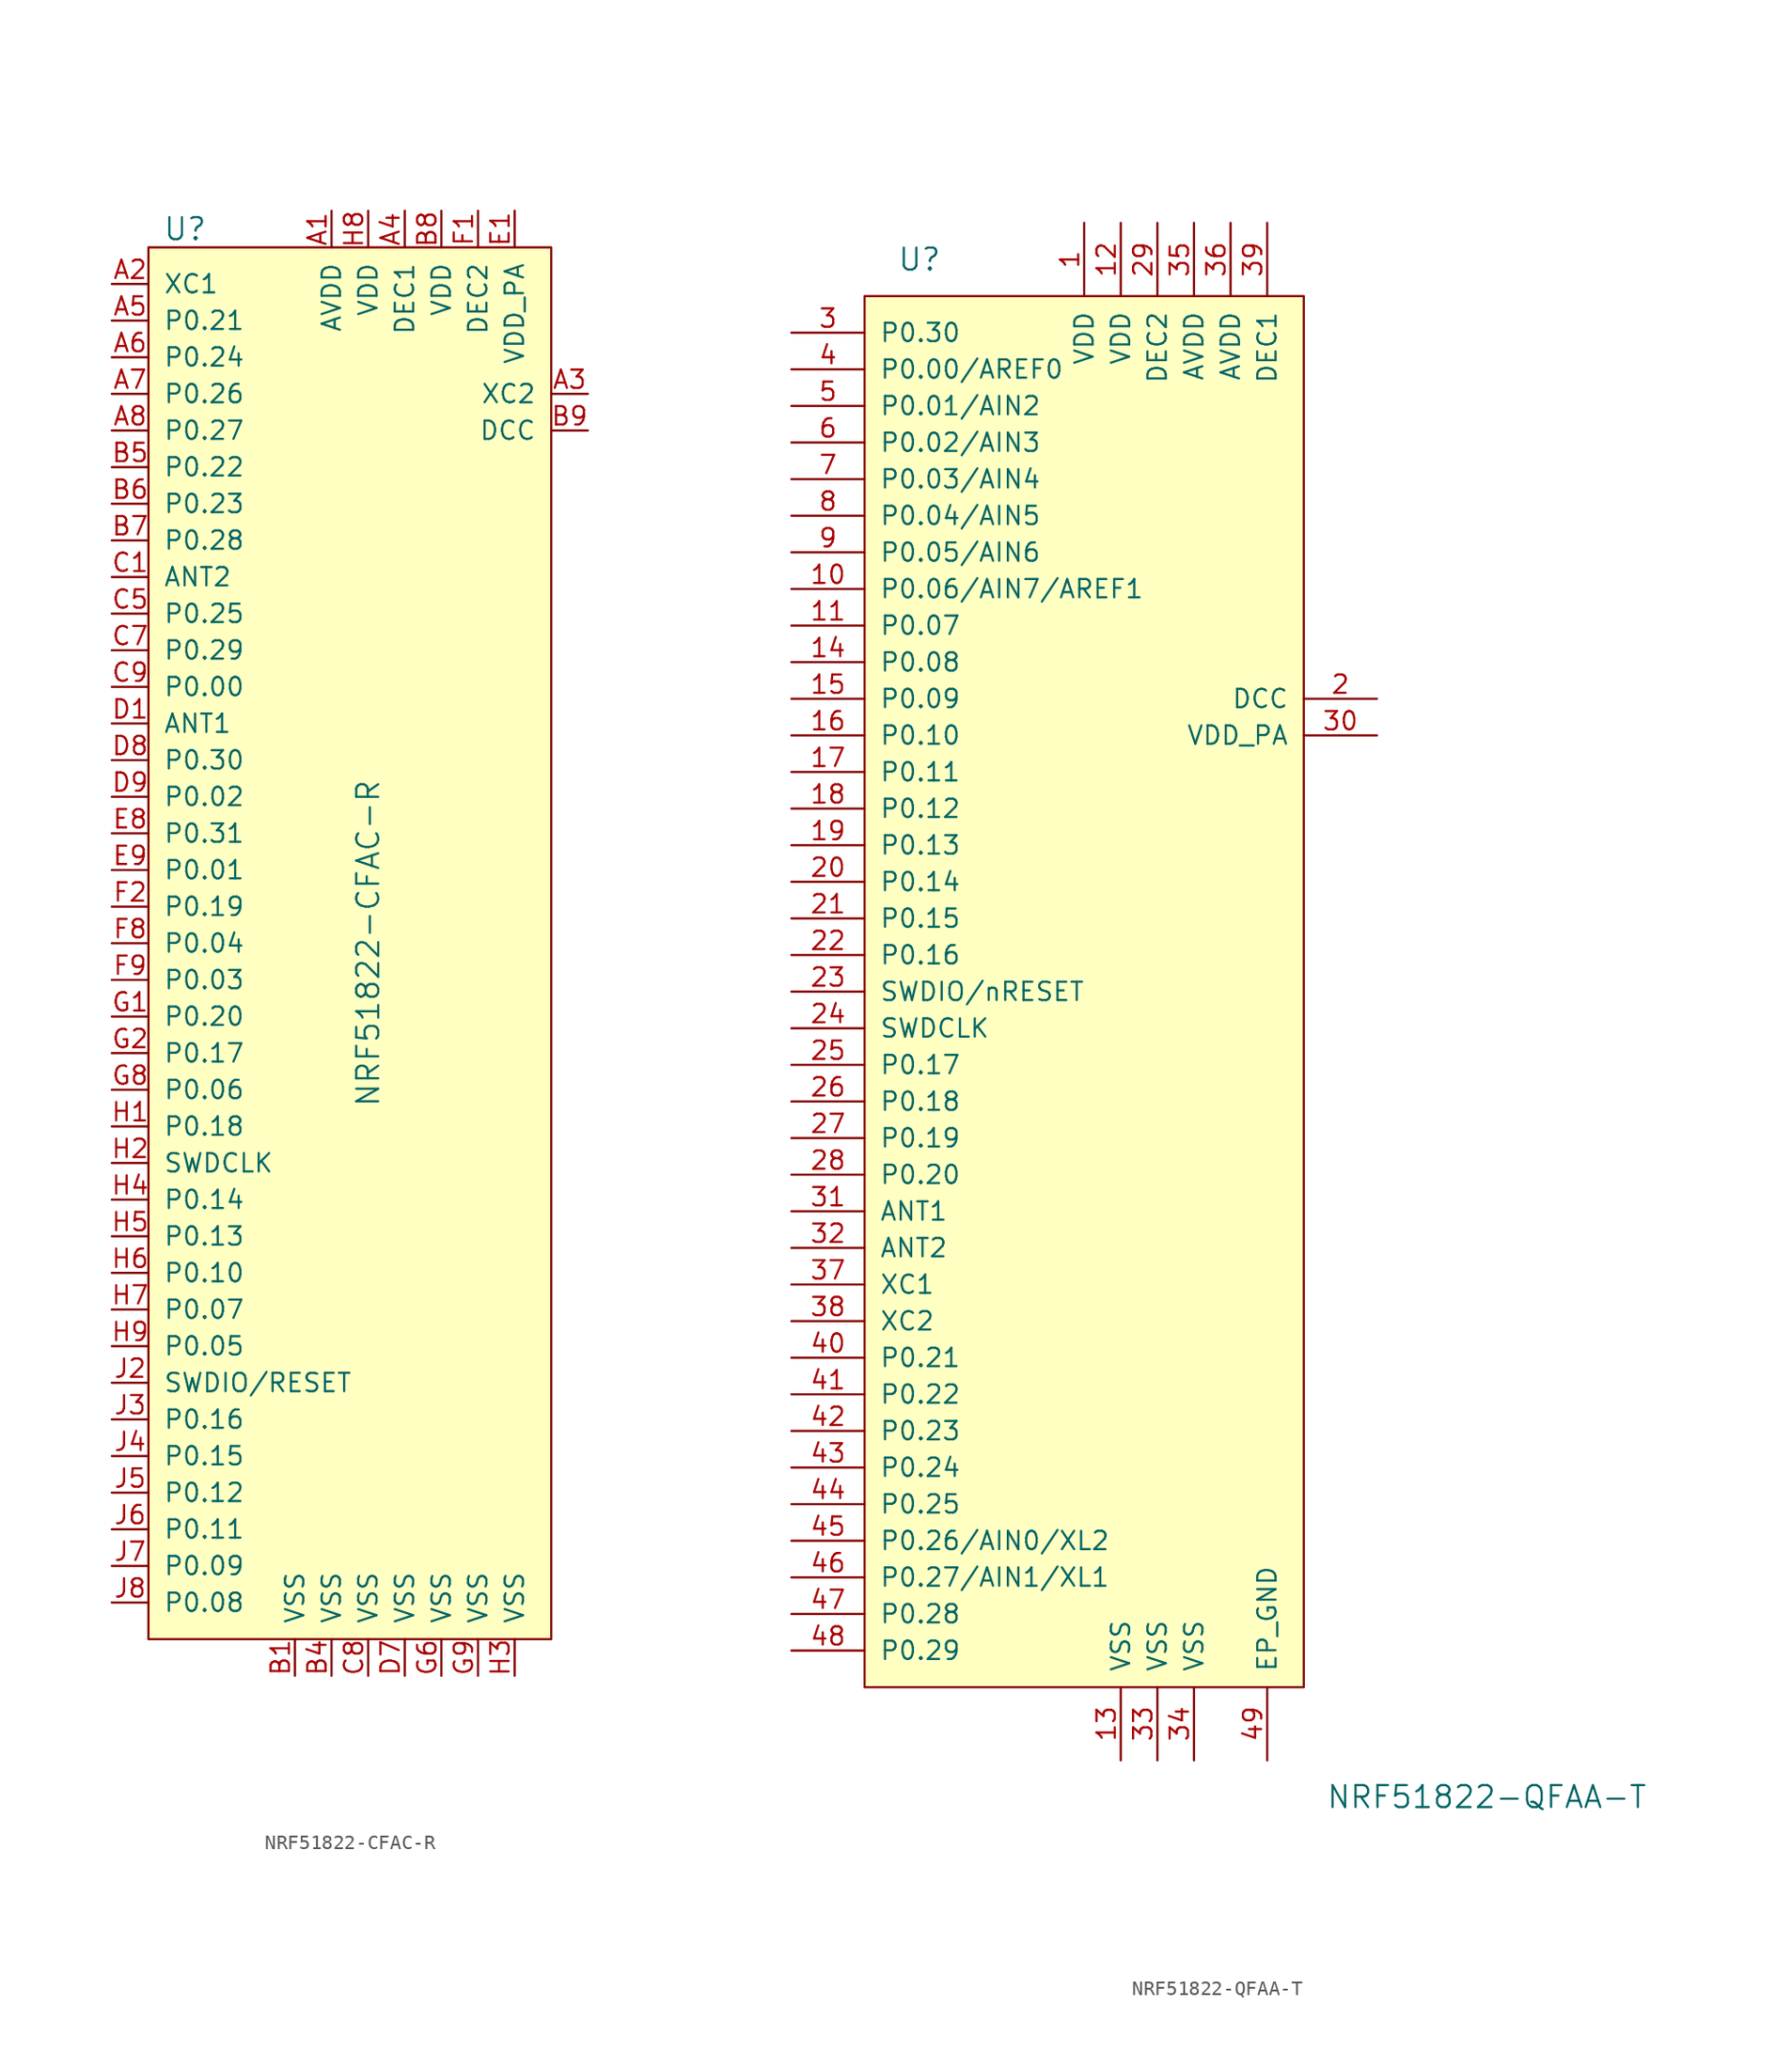
<source format=kicad_sym>
(kicad_symbol_lib
  (version 20211014)
  (generator kicad_symbol_editor)
  (symbol "NRF51822-CFAC-R"
    (pin_names
      (offset 1.016))
    (property "Reference" "U"
      (at -7.62 19.05 0)
      (effects (font (size 1.524 1.524))))
    (property "Value" "NRF51822-CFAC-R"
      (at 5.08 -30.48 90)
      (effects (font (size 1.524 1.524))))
    (symbol "NRF51822-CFAC-R_0_1"
      (rectangle (start -10.16 17.78) (end 17.78 -78.74) (stroke (width 0) (type default) (color 0 0 0 0)) (fill (type background))))
    (symbol "NRF51822-CFAC-R_1_1"
      (pin power_in line (at 2.54 20.32 270) (length 2.54) (name "AVDD" (effects (font (size 1.27 1.27)))) (number "A1" (effects (font (size 1.27 1.27)))))
      (pin input line (at -12.7 15.24 0) (length 2.54) (name "XC1" (effects (font (size 1.27 1.27)))) (number "A2" (effects (font (size 1.27 1.27)))))
      (pin output line (at 20.32 7.62 180) (length 2.54) (name "XC2" (effects (font (size 1.27 1.27)))) (number "A3" (effects (font (size 1.27 1.27)))))
      (pin power_in line (at 7.62 20.32 270) (length 2.54) (name "DEC1" (effects (font (size 1.27 1.27)))) (number "A4" (effects (font (size 1.27 1.27)))))
      (pin bidirectional line (at -12.7 12.7 0) (length 2.54) (name "P0.21" (effects (font (size 1.27 1.27)))) (number "A5" (effects (font (size 1.27 1.27)))))
      (pin bidirectional line (at -12.7 10.16 0) (length 2.54) (name "P0.24" (effects (font (size 1.27 1.27)))) (number "A6" (effects (font (size 1.27 1.27)))))
      (pin bidirectional line (at -12.7 7.62 0) (length 2.54) (name "P0.26" (effects (font (size 1.27 1.27)))) (number "A7" (effects (font (size 1.27 1.27)))))
      (pin bidirectional line (at -12.7 5.08 0) (length 2.54) (name "P0.27" (effects (font (size 1.27 1.27)))) (number "A8" (effects (font (size 1.27 1.27)))))
      (pin power_in line (at 0 -81.28 90) (length 2.54) (name "VSS" (effects (font (size 1.27 1.27)))) (number "B1" (effects (font (size 1.27 1.27)))))
      (pin power_in line (at 2.54 -81.28 90) (length 2.54) (name "VSS" (effects (font (size 1.27 1.27)))) (number "B4" (effects (font (size 1.27 1.27)))))
      (pin bidirectional line (at -12.7 2.54 0) (length 2.54) (name "P0.22" (effects (font (size 1.27 1.27)))) (number "B5" (effects (font (size 1.27 1.27)))))
      (pin bidirectional line (at -12.7 0 0) (length 2.54) (name "P0.23" (effects (font (size 1.27 1.27)))) (number "B6" (effects (font (size 1.27 1.27)))))
      (pin bidirectional line (at -12.7 -2.54 0) (length 2.54) (name "P0.28" (effects (font (size 1.27 1.27)))) (number "B7" (effects (font (size 1.27 1.27)))))
      (pin power_in line (at 10.16 20.32 270) (length 2.54) (name "VDD" (effects (font (size 1.27 1.27)))) (number "B8" (effects (font (size 1.27 1.27)))))
      (pin power_out line (at 20.32 5.08 180) (length 2.54) (name "DCC" (effects (font (size 1.27 1.27)))) (number "B9" (effects (font (size 1.27 1.27)))))
      (pin input line (at -12.7 -5.08 0) (length 2.54) (name "ANT2" (effects (font (size 1.27 1.27)))) (number "C1" (effects (font (size 1.27 1.27)))))
      (pin bidirectional line (at -12.7 -7.62 0) (length 2.54) (name "P0.25" (effects (font (size 1.27 1.27)))) (number "C5" (effects (font (size 1.27 1.27)))))
      (pin no_connect line (at 17.78 2.54 180) (length 2.54) hide (name "NC" (effects (font (size 1.27 1.27)))) (number "C6" (effects (font (size 1.27 1.27)))))
      (pin bidirectional line (at -12.7 -10.16 0) (length 2.54) (name "P0.29" (effects (font (size 1.27 1.27)))) (number "C7" (effects (font (size 1.27 1.27)))))
      (pin power_in line (at 5.08 -81.28 90) (length 2.54) (name "VSS" (effects (font (size 1.27 1.27)))) (number "C8" (effects (font (size 1.27 1.27)))))
      (pin bidirectional line (at -12.7 -12.7 0) (length 2.54) (name "P0.00" (effects (font (size 1.27 1.27)))) (number "C9" (effects (font (size 1.27 1.27)))))
      (pin input line (at -12.7 -15.24 0) (length 2.54) (name "ANT1" (effects (font (size 1.27 1.27)))) (number "D1" (effects (font (size 1.27 1.27)))))
      (pin power_in line (at 7.62 -81.28 90) (length 2.54) (name "VSS" (effects (font (size 1.27 1.27)))) (number "D7" (effects (font (size 1.27 1.27)))))
      (pin bidirectional line (at -12.7 -17.78 0) (length 2.54) (name "P0.30" (effects (font (size 1.27 1.27)))) (number "D8" (effects (font (size 1.27 1.27)))))
      (pin bidirectional line (at -12.7 -20.32 0) (length 2.54) (name "P0.02" (effects (font (size 1.27 1.27)))) (number "D9" (effects (font (size 1.27 1.27)))))
      (pin power_in line (at 15.24 20.32 270) (length 2.54) (name "VDD_PA" (effects (font (size 1.27 1.27)))) (number "E1" (effects (font (size 1.27 1.27)))))
      (pin no_connect line (at 17.78 0 180) (length 2.54) hide (name "NC" (effects (font (size 1.27 1.27)))) (number "E2" (effects (font (size 1.27 1.27)))))
      (pin no_connect line (at 17.78 -2.54 180) (length 2.54) hide (name "NC" (effects (font (size 1.27 1.27)))) (number "E3" (effects (font (size 1.27 1.27)))))
      (pin no_connect line (at 17.78 -5.08 180) (length 2.54) hide (name "NC" (effects (font (size 1.27 1.27)))) (number "E7" (effects (font (size 1.27 1.27)))))
      (pin bidirectional line (at -12.7 -22.86 0) (length 2.54) (name "P0.31" (effects (font (size 1.27 1.27)))) (number "E8" (effects (font (size 1.27 1.27)))))
      (pin bidirectional line (at -12.7 -25.4 0) (length 2.54) (name "P0.01" (effects (font (size 1.27 1.27)))) (number "E9" (effects (font (size 1.27 1.27)))))
      (pin power_in line (at 12.7 20.32 270) (length 2.54) (name "DEC2" (effects (font (size 1.27 1.27)))) (number "F1" (effects (font (size 1.27 1.27)))))
      (pin bidirectional line (at -12.7 -27.94 0) (length 2.54) (name "P0.19" (effects (font (size 1.27 1.27)))) (number "F2" (effects (font (size 1.27 1.27)))))
      (pin no_connect line (at 17.78 -7.62 180) (length 2.54) hide (name "NC" (effects (font (size 1.27 1.27)))) (number "F3" (effects (font (size 1.27 1.27)))))
      (pin no_connect line (at 17.78 -10.16 180) (length 2.54) hide (name "NC" (effects (font (size 1.27 1.27)))) (number "F7" (effects (font (size 1.27 1.27)))))
      (pin bidirectional line (at -12.7 -30.48 0) (length 2.54) (name "P0.04" (effects (font (size 1.27 1.27)))) (number "F8" (effects (font (size 1.27 1.27)))))
      (pin bidirectional line (at -12.7 -33.02 0) (length 2.54) (name "P0.03" (effects (font (size 1.27 1.27)))) (number "F9" (effects (font (size 1.27 1.27)))))
      (pin bidirectional line (at -12.7 -35.56 0) (length 2.54) (name "P0.20" (effects (font (size 1.27 1.27)))) (number "G1" (effects (font (size 1.27 1.27)))))
      (pin bidirectional line (at -12.7 -38.1 0) (length 2.54) (name "P0.17" (effects (font (size 1.27 1.27)))) (number "G2" (effects (font (size 1.27 1.27)))))
      (pin no_connect line (at 17.78 -12.7 180) (length 2.54) hide (name "NC" (effects (font (size 1.27 1.27)))) (number "G3" (effects (font (size 1.27 1.27)))))
      (pin no_connect line (at 17.78 -15.24 180) (length 2.54) hide (name "NC" (effects (font (size 1.27 1.27)))) (number "G4" (effects (font (size 1.27 1.27)))))
      (pin no_connect line (at 17.78 -17.78 180) (length 2.54) hide (name "NC" (effects (font (size 1.27 1.27)))) (number "G5" (effects (font (size 1.27 1.27)))))
      (pin power_in line (at 10.16 -81.28 90) (length 2.54) (name "VSS" (effects (font (size 1.27 1.27)))) (number "G6" (effects (font (size 1.27 1.27)))))
      (pin no_connect line (at 17.78 -20.32 180) (length 2.54) hide (name "NC" (effects (font (size 1.27 1.27)))) (number "G7" (effects (font (size 1.27 1.27)))))
      (pin bidirectional line (at -12.7 -40.64 0) (length 2.54) (name "P0.06" (effects (font (size 1.27 1.27)))) (number "G8" (effects (font (size 1.27 1.27)))))
      (pin power_in line (at 12.7 -81.28 90) (length 2.54) (name "VSS" (effects (font (size 1.27 1.27)))) (number "G9" (effects (font (size 1.27 1.27)))))
      (pin bidirectional line (at -12.7 -43.18 0) (length 2.54) (name "P0.18" (effects (font (size 1.27 1.27)))) (number "H1" (effects (font (size 1.27 1.27)))))
      (pin input line (at -12.7 -45.72 0) (length 2.54) (name "SWDCLK" (effects (font (size 1.27 1.27)))) (number "H2" (effects (font (size 1.27 1.27)))))
      (pin power_in line (at 15.24 -81.28 90) (length 2.54) (name "VSS" (effects (font (size 1.27 1.27)))) (number "H3" (effects (font (size 1.27 1.27)))))
      (pin bidirectional line (at -12.7 -48.26 0) (length 2.54) (name "P0.14" (effects (font (size 1.27 1.27)))) (number "H4" (effects (font (size 1.27 1.27)))))
      (pin bidirectional line (at -12.7 -50.8 0) (length 2.54) (name "P0.13" (effects (font (size 1.27 1.27)))) (number "H5" (effects (font (size 1.27 1.27)))))
      (pin bidirectional line (at -12.7 -53.34 0) (length 2.54) (name "P0.10" (effects (font (size 1.27 1.27)))) (number "H6" (effects (font (size 1.27 1.27)))))
      (pin bidirectional line (at -12.7 -55.88 0) (length 2.54) (name "P0.07" (effects (font (size 1.27 1.27)))) (number "H7" (effects (font (size 1.27 1.27)))))
      (pin power_in line (at 5.08 20.32 270) (length 2.54) (name "VDD" (effects (font (size 1.27 1.27)))) (number "H8" (effects (font (size 1.27 1.27)))))
      (pin bidirectional line (at -12.7 -58.42 0) (length 2.54) (name "P0.05" (effects (font (size 1.27 1.27)))) (number "H9" (effects (font (size 1.27 1.27)))))
      (pin bidirectional line (at -12.7 -60.96 0) (length 2.54) (name "SWDIO/RESET" (effects (font (size 1.27 1.27)))) (number "J2" (effects (font (size 1.27 1.27)))))
      (pin bidirectional line (at -12.7 -63.5 0) (length 2.54) (name "P0.16" (effects (font (size 1.27 1.27)))) (number "J3" (effects (font (size 1.27 1.27)))))
      (pin bidirectional line (at -12.7 -66.04 0) (length 2.54) (name "P0.15" (effects (font (size 1.27 1.27)))) (number "J4" (effects (font (size 1.27 1.27)))))
      (pin bidirectional line (at -12.7 -68.58 0) (length 2.54) (name "P0.12" (effects (font (size 1.27 1.27)))) (number "J5" (effects (font (size 1.27 1.27)))))
      (pin bidirectional line (at -12.7 -71.12 0) (length 2.54) (name "P0.11" (effects (font (size 1.27 1.27)))) (number "J6" (effects (font (size 1.27 1.27)))))
      (pin bidirectional line (at -12.7 -73.66 0) (length 2.54) (name "P0.09" (effects (font (size 1.27 1.27)))) (number "J7" (effects (font (size 1.27 1.27)))))
      (pin bidirectional line (at -12.7 -76.2 0) (length 2.54) (name "P0.08" (effects (font (size 1.27 1.27)))) (number "J8" (effects (font (size 1.27 1.27)))))))
  (symbol "NRF51822-QFAA-T"
    (pin_names
      (offset 1.016))
    (property "Reference" "U"
      (at -16.51 45.72 0)
      (effects (font (size 1.524 1.524))))
    (property "Value" "NRF51822-QFAA-T"
      (at 22.86 -60.96 0)
      (effects (font (size 1.524 1.524))))
    (symbol "NRF51822-QFAA-T_0_1"
      (rectangle (start -20.32 43.18) (end 10.16 -53.34) (stroke (width 0) (type default) (color 0 0 0 0)) (fill (type background))))
    (symbol "NRF51822-QFAA-T_1_1"
      (pin power_in line (at -5.08 48.26 270) (length 5.08) (name "VDD" (effects (font (size 1.27 1.27)))) (number "1" (effects (font (size 1.27 1.27)))))
      (pin bidirectional line (at -25.4 22.86 0) (length 5.08) (name "P0.06/AIN7/AREF1" (effects (font (size 1.27 1.27)))) (number "10" (effects (font (size 1.27 1.27)))))
      (pin bidirectional line (at -25.4 20.32 0) (length 5.08) (name "P0.07" (effects (font (size 1.27 1.27)))) (number "11" (effects (font (size 1.27 1.27)))))
      (pin power_in line (at -2.54 48.26 270) (length 5.08) (name "VDD" (effects (font (size 1.27 1.27)))) (number "12" (effects (font (size 1.27 1.27)))))
      (pin power_in line (at -2.54 -58.42 90) (length 5.08) (name "VSS" (effects (font (size 1.27 1.27)))) (number "13" (effects (font (size 1.27 1.27)))))
      (pin bidirectional line (at -25.4 17.78 0) (length 5.08) (name "P0.08" (effects (font (size 1.27 1.27)))) (number "14" (effects (font (size 1.27 1.27)))))
      (pin bidirectional line (at -25.4 15.24 0) (length 5.08) (name "P0.09" (effects (font (size 1.27 1.27)))) (number "15" (effects (font (size 1.27 1.27)))))
      (pin bidirectional line (at -25.4 12.7 0) (length 5.08) (name "P0.10" (effects (font (size 1.27 1.27)))) (number "16" (effects (font (size 1.27 1.27)))))
      (pin bidirectional line (at -25.4 10.16 0) (length 5.08) (name "P0.11" (effects (font (size 1.27 1.27)))) (number "17" (effects (font (size 1.27 1.27)))))
      (pin bidirectional line (at -25.4 7.62 0) (length 5.08) (name "P0.12" (effects (font (size 1.27 1.27)))) (number "18" (effects (font (size 1.27 1.27)))))
      (pin bidirectional line (at -25.4 5.08 0) (length 5.08) (name "P0.13" (effects (font (size 1.27 1.27)))) (number "19" (effects (font (size 1.27 1.27)))))
      (pin power_out line (at 15.24 15.24 180) (length 5.08) (name "DCC" (effects (font (size 1.27 1.27)))) (number "2" (effects (font (size 1.27 1.27)))))
      (pin bidirectional line (at -25.4 2.54 0) (length 5.08) (name "P0.14" (effects (font (size 1.27 1.27)))) (number "20" (effects (font (size 1.27 1.27)))))
      (pin bidirectional line (at -25.4 0 0) (length 5.08) (name "P0.15" (effects (font (size 1.27 1.27)))) (number "21" (effects (font (size 1.27 1.27)))))
      (pin bidirectional line (at -25.4 -2.54 0) (length 5.08) (name "P0.16" (effects (font (size 1.27 1.27)))) (number "22" (effects (font (size 1.27 1.27)))))
      (pin bidirectional line (at -25.4 -5.08 0) (length 5.08) (name "SWDIO/nRESET" (effects (font (size 1.27 1.27)))) (number "23" (effects (font (size 1.27 1.27)))))
      (pin input line (at -25.4 -7.62 0) (length 5.08) (name "SWDCLK" (effects (font (size 1.27 1.27)))) (number "24" (effects (font (size 1.27 1.27)))))
      (pin bidirectional line (at -25.4 -10.16 0) (length 5.08) (name "P0.17" (effects (font (size 1.27 1.27)))) (number "25" (effects (font (size 1.27 1.27)))))
      (pin bidirectional line (at -25.4 -12.7 0) (length 5.08) (name "P0.18" (effects (font (size 1.27 1.27)))) (number "26" (effects (font (size 1.27 1.27)))))
      (pin bidirectional line (at -25.4 -15.24 0) (length 5.08) (name "P0.19" (effects (font (size 1.27 1.27)))) (number "27" (effects (font (size 1.27 1.27)))))
      (pin bidirectional line (at -25.4 -17.78 0) (length 5.08) (name "P0.20" (effects (font (size 1.27 1.27)))) (number "28" (effects (font (size 1.27 1.27)))))
      (pin power_in line (at 0 48.26 270) (length 5.08) (name "DEC2" (effects (font (size 1.27 1.27)))) (number "29" (effects (font (size 1.27 1.27)))))
      (pin bidirectional line (at -25.4 40.64 0) (length 5.08) (name "P0.30" (effects (font (size 1.27 1.27)))) (number "3" (effects (font (size 1.27 1.27)))))
      (pin power_out line (at 15.24 12.7 180) (length 5.08) (name "VDD_PA" (effects (font (size 1.27 1.27)))) (number "30" (effects (font (size 1.27 1.27)))))
      (pin input line (at -25.4 -20.32 0) (length 5.08) (name "ANT1" (effects (font (size 1.27 1.27)))) (number "31" (effects (font (size 1.27 1.27)))))
      (pin input line (at -25.4 -22.86 0) (length 5.08) (name "ANT2" (effects (font (size 1.27 1.27)))) (number "32" (effects (font (size 1.27 1.27)))))
      (pin power_in line (at 0 -58.42 90) (length 5.08) (name "VSS" (effects (font (size 1.27 1.27)))) (number "33" (effects (font (size 1.27 1.27)))))
      (pin power_in line (at 2.54 -58.42 90) (length 5.08) (name "VSS" (effects (font (size 1.27 1.27)))) (number "34" (effects (font (size 1.27 1.27)))))
      (pin power_in line (at 2.54 48.26 270) (length 5.08) (name "AVDD" (effects (font (size 1.27 1.27)))) (number "35" (effects (font (size 1.27 1.27)))))
      (pin power_in line (at 5.08 48.26 270) (length 5.08) (name "AVDD" (effects (font (size 1.27 1.27)))) (number "36" (effects (font (size 1.27 1.27)))))
      (pin input line (at -25.4 -25.4 0) (length 5.08) (name "XC1" (effects (font (size 1.27 1.27)))) (number "37" (effects (font (size 1.27 1.27)))))
      (pin input line (at -25.4 -27.94 0) (length 5.08) (name "XC2" (effects (font (size 1.27 1.27)))) (number "38" (effects (font (size 1.27 1.27)))))
      (pin power_in line (at 7.62 48.26 270) (length 5.08) (name "DEC1" (effects (font (size 1.27 1.27)))) (number "39" (effects (font (size 1.27 1.27)))))
      (pin bidirectional line (at -25.4 38.1 0) (length 5.08) (name "P0.00/AREF0" (effects (font (size 1.27 1.27)))) (number "4" (effects (font (size 1.27 1.27)))))
      (pin bidirectional line (at -25.4 -30.48 0) (length 5.08) (name "P0.21" (effects (font (size 1.27 1.27)))) (number "40" (effects (font (size 1.27 1.27)))))
      (pin bidirectional line (at -25.4 -33.02 0) (length 5.08) (name "P0.22" (effects (font (size 1.27 1.27)))) (number "41" (effects (font (size 1.27 1.27)))))
      (pin bidirectional line (at -25.4 -35.56 0) (length 5.08) (name "P0.23" (effects (font (size 1.27 1.27)))) (number "42" (effects (font (size 1.27 1.27)))))
      (pin bidirectional line (at -25.4 -38.1 0) (length 5.08) (name "P0.24" (effects (font (size 1.27 1.27)))) (number "43" (effects (font (size 1.27 1.27)))))
      (pin bidirectional line (at -25.4 -40.64 0) (length 5.08) (name "P0.25" (effects (font (size 1.27 1.27)))) (number "44" (effects (font (size 1.27 1.27)))))
      (pin bidirectional line (at -25.4 -43.18 0) (length 5.08) (name "P0.26/AIN0/XL2" (effects (font (size 1.27 1.27)))) (number "45" (effects (font (size 1.27 1.27)))))
      (pin bidirectional line (at -25.4 -45.72 0) (length 5.08) (name "P0.27/AIN1/XL1" (effects (font (size 1.27 1.27)))) (number "46" (effects (font (size 1.27 1.27)))))
      (pin bidirectional line (at -25.4 -48.26 0) (length 5.08) (name "P0.28" (effects (font (size 1.27 1.27)))) (number "47" (effects (font (size 1.27 1.27)))))
      (pin bidirectional line (at -25.4 -50.8 0) (length 5.08) (name "P0.29" (effects (font (size 1.27 1.27)))) (number "48" (effects (font (size 1.27 1.27)))))
      (pin power_in line (at 7.62 -58.42 90) (length 5.08) (name "EP_GND" (effects (font (size 1.27 1.27)))) (number "49" (effects (font (size 1.27 1.27)))))
      (pin bidirectional line (at -25.4 35.56 0) (length 5.08) (name "P0.01/AIN2" (effects (font (size 1.27 1.27)))) (number "5" (effects (font (size 1.27 1.27)))))
      (pin bidirectional line (at -25.4 33.02 0) (length 5.08) (name "P0.02/AIN3" (effects (font (size 1.27 1.27)))) (number "6" (effects (font (size 1.27 1.27)))))
      (pin bidirectional line (at -25.4 30.48 0) (length 5.08) (name "P0.03/AIN4" (effects (font (size 1.27 1.27)))) (number "7" (effects (font (size 1.27 1.27)))))
      (pin bidirectional line (at -25.4 27.94 0) (length 5.08) (name "P0.04/AIN5" (effects (font (size 1.27 1.27)))) (number "8" (effects (font (size 1.27 1.27)))))
      (pin bidirectional line (at -25.4 25.4 0) (length 5.08) (name "P0.05/AIN6" (effects (font (size 1.27 1.27)))) (number "9" (effects (font (size 1.27 1.27))))))))
</source>
